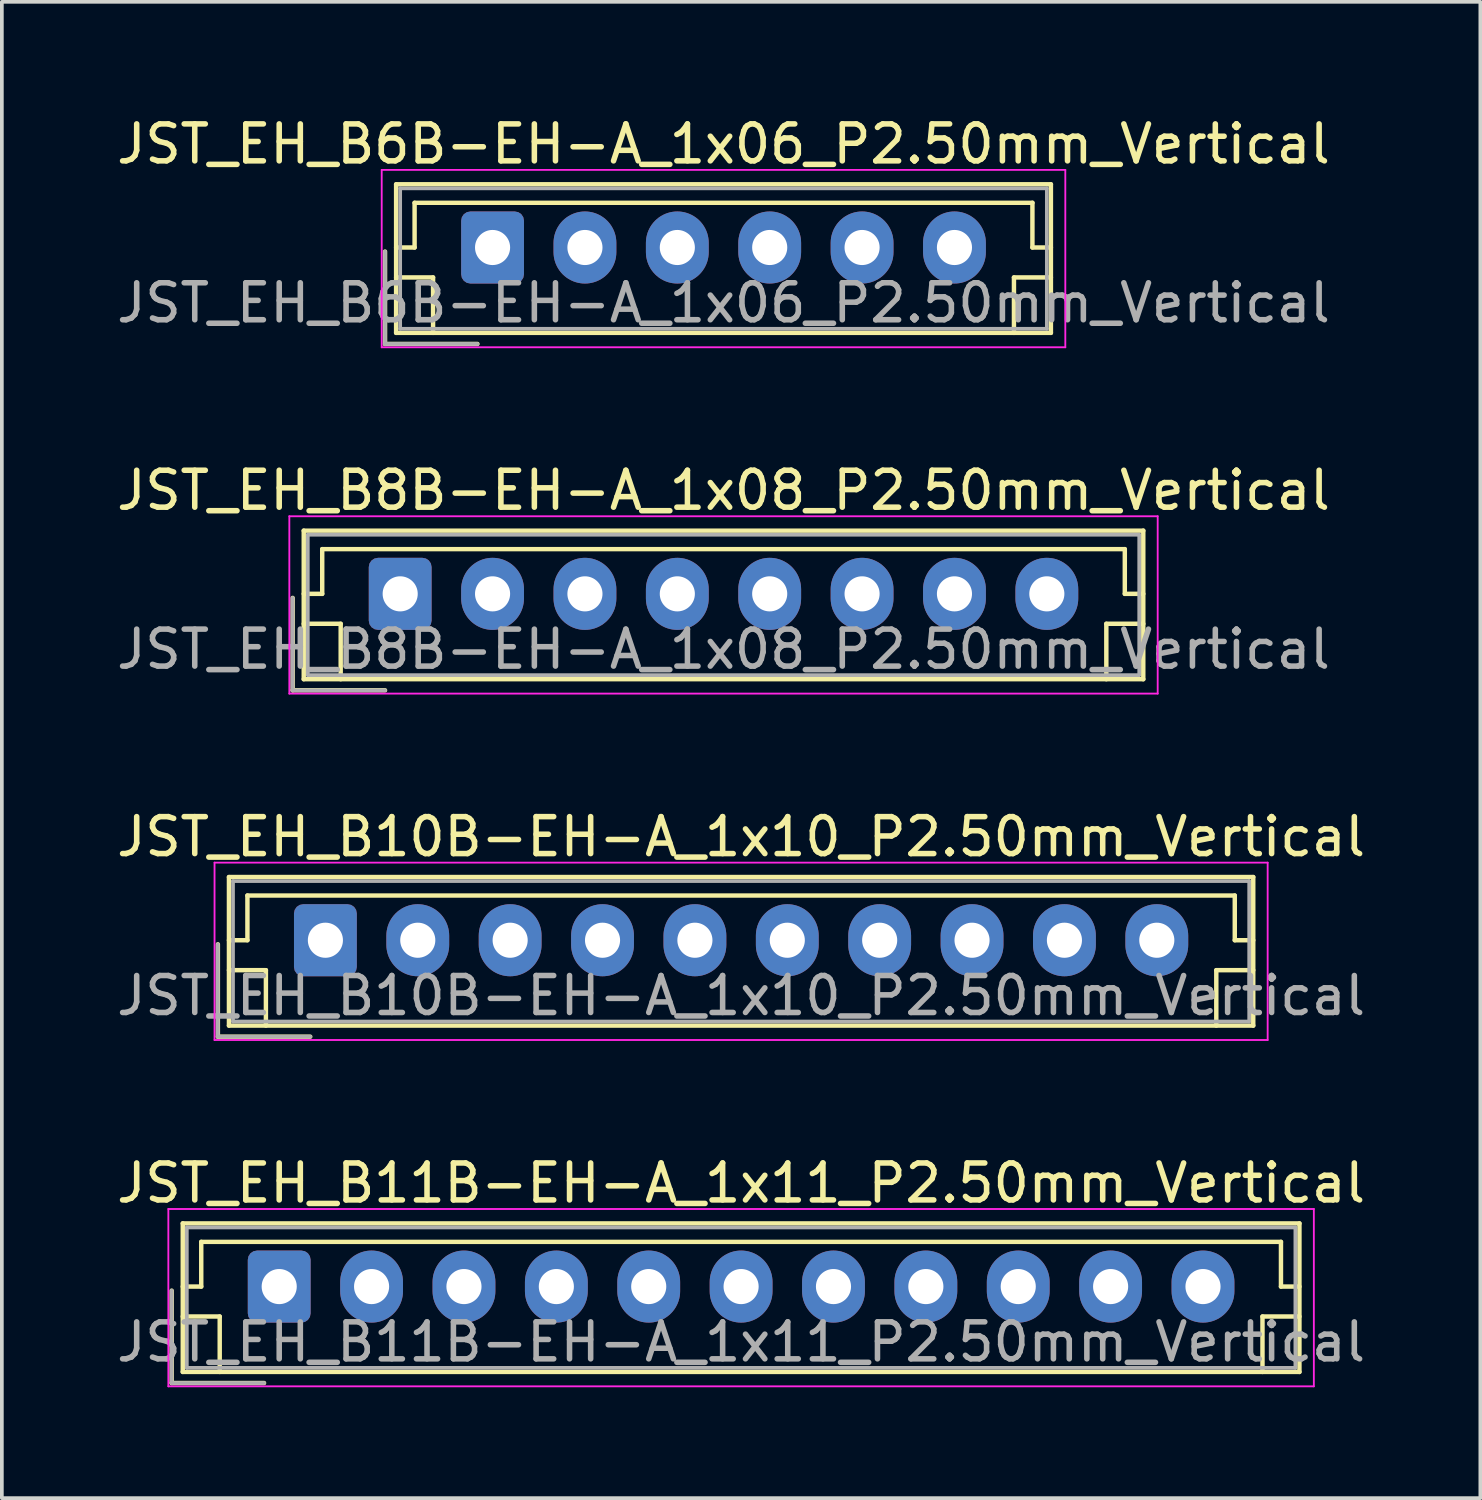
<source format=kicad_pcb>
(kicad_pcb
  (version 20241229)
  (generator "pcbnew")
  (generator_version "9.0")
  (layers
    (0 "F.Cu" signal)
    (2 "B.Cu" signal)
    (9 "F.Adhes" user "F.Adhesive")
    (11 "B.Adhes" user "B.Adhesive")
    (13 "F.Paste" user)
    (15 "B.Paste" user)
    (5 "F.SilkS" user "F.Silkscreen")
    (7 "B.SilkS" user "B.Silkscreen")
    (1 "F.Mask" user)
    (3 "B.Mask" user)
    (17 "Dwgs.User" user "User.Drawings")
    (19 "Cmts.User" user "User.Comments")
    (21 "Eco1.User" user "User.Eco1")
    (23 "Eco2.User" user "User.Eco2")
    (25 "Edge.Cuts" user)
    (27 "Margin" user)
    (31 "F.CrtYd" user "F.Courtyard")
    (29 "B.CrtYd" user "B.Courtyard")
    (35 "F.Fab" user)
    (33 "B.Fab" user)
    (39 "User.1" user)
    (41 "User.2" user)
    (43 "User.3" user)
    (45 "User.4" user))
  (footprint "JST_EH_B10B-EH-A_1x10_P2.50mm_Vertical"
    (layer "F.Cu")
    (at 5.756 22.395)
    (property "Reference" "JST_EH_B10B-EH-A_1x10_P2.50mm_Vertical" (at 11.25 -2.8 0) (layer "F.SilkS") (effects (font (size 1 1) (thickness 0.15))))
    (attr through_hole)
    (fp_line (start -2.91 0.11) (end -2.91 2.61) (stroke (width 0.12) (type solid)) (layer "F.SilkS"))
    (fp_line (start -2.91 2.61) (end -0.41 2.61) (stroke (width 0.12) (type solid)) (layer "F.SilkS"))
    (fp_line (start -2.61 -1.71) (end -2.61 2.31) (stroke (width 0.12) (type solid)) (layer "F.SilkS"))
    (fp_line (start -2.61 0) (end -2.11 0) (stroke (width 0.12) (type solid)) (layer "F.SilkS"))
    (fp_line (start -2.61 0.81) (end -1.61 0.81) (stroke (width 0.12) (type solid)) (layer "F.SilkS"))
    (fp_line (start -2.61 2.31) (end 25.11 2.31) (stroke (width 0.12) (type solid)) (layer "F.SilkS"))
    (fp_line (start -2.11 -1.21) (end 24.61 -1.21) (stroke (width 0.12) (type solid)) (layer "F.SilkS"))
    (fp_line (start -2.11 0) (end -2.11 -1.21) (stroke (width 0.12) (type solid)) (layer "F.SilkS"))
    (fp_line (start -1.61 0.81) (end -1.61 2.31) (stroke (width 0.12) (type solid)) (layer "F.SilkS"))
    (fp_line (start 24.11 0.81) (end 24.11 2.31) (stroke (width 0.12) (type solid)) (layer "F.SilkS"))
    (fp_line (start 24.61 -1.21) (end 24.61 0) (stroke (width 0.12) (type solid)) (layer "F.SilkS"))
    (fp_line (start 24.61 0) (end 25.11 0) (stroke (width 0.12) (type solid)) (layer "F.SilkS"))
    (fp_line (start 25.11 -1.71) (end -2.61 -1.71) (stroke (width 0.12) (type solid)) (layer "F.SilkS"))
    (fp_line (start 25.11 0.81) (end 24.11 0.81) (stroke (width 0.12) (type solid)) (layer "F.SilkS"))
    (fp_line (start 25.11 2.31) (end 25.11 -1.71) (stroke (width 0.12) (type solid)) (layer "F.SilkS"))
    (fp_line (start -3 -2.1) (end -3 2.7) (stroke (width 0.05) (type solid)) (layer "F.CrtYd"))
    (fp_line (start -3 2.7) (end 25.5 2.7) (stroke (width 0.05) (type solid)) (layer "F.CrtYd"))
    (fp_line (start 25.5 -2.1) (end -3 -2.1) (stroke (width 0.05) (type solid)) (layer "F.CrtYd"))
    (fp_line (start 25.5 2.7) (end 25.5 -2.1) (stroke (width 0.05) (type solid)) (layer "F.CrtYd"))
    (fp_line (start -2.91 0.11) (end -2.91 2.61) (stroke (width 0.1) (type solid)) (layer "F.Fab"))
    (fp_line (start -2.91 2.61) (end -0.41 2.61) (stroke (width 0.1) (type solid)) (layer "F.Fab"))
    (fp_line (start -2.5 -1.6) (end -2.5 2.2) (stroke (width 0.1) (type solid)) (layer "F.Fab"))
    (fp_line (start -2.5 2.2) (end 25 2.2) (stroke (width 0.1) (type solid)) (layer "F.Fab"))
    (fp_line (start 25 -1.6) (end -2.5 -1.6) (stroke (width 0.1) (type solid)) (layer "F.Fab"))
    (fp_line (start 25 2.2) (end 25 -1.6) (stroke (width 0.1) (type solid)) (layer "F.Fab"))
    (fp_text user "${REFERENCE}" (at 11.25 1.5 0) (layer "F.Fab") (effects (font (size 1 1) (thickness 0.15))))
    (pad "1" thru_hole roundrect (at 0 0) (size 1.7 1.95) (drill 0.95) (layers "*.Cu" "*.Mask") (roundrect_rratio 0.147))
    (pad "2" thru_hole oval (at 2.5 0) (size 1.7 1.95) (drill 0.95) (layers "*.Cu" "*.Mask"))
    (pad "3" thru_hole oval (at 5 0) (size 1.7 1.95) (drill 0.95) (layers "*.Cu" "*.Mask"))
    (pad "4" thru_hole oval (at 7.5 0) (size 1.7 1.95) (drill 0.95) (layers "*.Cu" "*.Mask"))
    (pad "5" thru_hole oval (at 10 0) (size 1.7 1.95) (drill 0.95) (layers "*.Cu" "*.Mask"))
    (pad "6" thru_hole oval (at 12.5 0) (size 1.7 1.95) (drill 0.95) (layers "*.Cu" "*.Mask"))
    (pad "7" thru_hole oval (at 15 0) (size 1.7 1.95) (drill 0.95) (layers "*.Cu" "*.Mask"))
    (pad "8" thru_hole oval (at 17.5 0) (size 1.7 1.95) (drill 0.95) (layers "*.Cu" "*.Mask"))
    (pad "9" thru_hole oval (at 20 0) (size 1.7 1.95) (drill 0.95) (layers "*.Cu" "*.Mask"))
    (pad "10" thru_hole oval (at 22.5 0) (size 1.7 1.95) (drill 0.95) (layers "*.Cu" "*.Mask")))
  (footprint "JST_EH_B6B-EH-A_1x06_P2.50mm_Vertical"
    (layer "F.Cu")
    (at 10.28 3.648)
    (property "Reference" "JST_EH_B6B-EH-A_1x06_P2.50mm_Vertical" (at 6.25 -2.8 0) (layer "F.SilkS") (effects (font (size 1 1) (thickness 0.15))))
    (attr through_hole)
    (fp_line (start -2.91 0.11) (end -2.91 2.61) (stroke (width 0.12) (type solid)) (layer "F.SilkS"))
    (fp_line (start -2.91 2.61) (end -0.41 2.61) (stroke (width 0.12) (type solid)) (layer "F.SilkS"))
    (fp_line (start -2.61 -1.71) (end -2.61 2.31) (stroke (width 0.12) (type solid)) (layer "F.SilkS"))
    (fp_line (start -2.61 0) (end -2.11 0) (stroke (width 0.12) (type solid)) (layer "F.SilkS"))
    (fp_line (start -2.61 0.81) (end -1.61 0.81) (stroke (width 0.12) (type solid)) (layer "F.SilkS"))
    (fp_line (start -2.61 2.31) (end 15.11 2.31) (stroke (width 0.12) (type solid)) (layer "F.SilkS"))
    (fp_line (start -2.11 -1.21) (end 14.61 -1.21) (stroke (width 0.12) (type solid)) (layer "F.SilkS"))
    (fp_line (start -2.11 0) (end -2.11 -1.21) (stroke (width 0.12) (type solid)) (layer "F.SilkS"))
    (fp_line (start -1.61 0.81) (end -1.61 2.31) (stroke (width 0.12) (type solid)) (layer "F.SilkS"))
    (fp_line (start 14.11 0.81) (end 14.11 2.31) (stroke (width 0.12) (type solid)) (layer "F.SilkS"))
    (fp_line (start 14.61 -1.21) (end 14.61 0) (stroke (width 0.12) (type solid)) (layer "F.SilkS"))
    (fp_line (start 14.61 0) (end 15.11 0) (stroke (width 0.12) (type solid)) (layer "F.SilkS"))
    (fp_line (start 15.11 -1.71) (end -2.61 -1.71) (stroke (width 0.12) (type solid)) (layer "F.SilkS"))
    (fp_line (start 15.11 0.81) (end 14.11 0.81) (stroke (width 0.12) (type solid)) (layer "F.SilkS"))
    (fp_line (start 15.11 2.31) (end 15.11 -1.71) (stroke (width 0.12) (type solid)) (layer "F.SilkS"))
    (fp_line (start -3 -2.1) (end -3 2.7) (stroke (width 0.05) (type solid)) (layer "F.CrtYd"))
    (fp_line (start -3 2.7) (end 15.5 2.7) (stroke (width 0.05) (type solid)) (layer "F.CrtYd"))
    (fp_line (start 15.5 -2.1) (end -3 -2.1) (stroke (width 0.05) (type solid)) (layer "F.CrtYd"))
    (fp_line (start 15.5 2.7) (end 15.5 -2.1) (stroke (width 0.05) (type solid)) (layer "F.CrtYd"))
    (fp_line (start -2.91 0.11) (end -2.91 2.61) (stroke (width 0.1) (type solid)) (layer "F.Fab"))
    (fp_line (start -2.91 2.61) (end -0.41 2.61) (stroke (width 0.1) (type solid)) (layer "F.Fab"))
    (fp_line (start -2.5 -1.6) (end -2.5 2.2) (stroke (width 0.1) (type solid)) (layer "F.Fab"))
    (fp_line (start -2.5 2.2) (end 15 2.2) (stroke (width 0.1) (type solid)) (layer "F.Fab"))
    (fp_line (start 15 -1.6) (end -2.5 -1.6) (stroke (width 0.1) (type solid)) (layer "F.Fab"))
    (fp_line (start 15 2.2) (end 15 -1.6) (stroke (width 0.1) (type solid)) (layer "F.Fab"))
    (fp_text user "${REFERENCE}" (at 6.25 1.5 0) (layer "F.Fab") (effects (font (size 1 1) (thickness 0.15))))
    (pad "1" thru_hole roundrect (at 0 0) (size 1.7 1.95) (drill 0.95) (layers "*.Cu" "*.Mask") (roundrect_rratio 0.147))
    (pad "2" thru_hole oval (at 2.5 0) (size 1.7 1.95) (drill 0.95) (layers "*.Cu" "*.Mask"))
    (pad "3" thru_hole oval (at 5 0) (size 1.7 1.95) (drill 0.95) (layers "*.Cu" "*.Mask"))
    (pad "4" thru_hole oval (at 7.5 0) (size 1.7 1.95) (drill 0.95) (layers "*.Cu" "*.Mask"))
    (pad "5" thru_hole oval (at 10 0) (size 1.7 1.95) (drill 0.95) (layers "*.Cu" "*.Mask"))
    (pad "6" thru_hole oval (at 12.5 0) (size 1.7 1.95) (drill 0.95) (layers "*.Cu" "*.Mask")))
  (footprint "JST_EH_B8B-EH-A_1x08_P2.50mm_Vertical"
    (layer "F.Cu")
    (at 7.78 13.021)
    (property "Reference" "JST_EH_B8B-EH-A_1x08_P2.50mm_Vertical" (at 8.75 -2.8 0) (layer "F.SilkS") (effects (font (size 1 1) (thickness 0.15))))
    (attr through_hole)
    (fp_line (start -2.91 0.11) (end -2.91 2.61) (stroke (width 0.12) (type solid)) (layer "F.SilkS"))
    (fp_line (start -2.91 2.61) (end -0.41 2.61) (stroke (width 0.12) (type solid)) (layer "F.SilkS"))
    (fp_line (start -2.61 -1.71) (end -2.61 2.31) (stroke (width 0.12) (type solid)) (layer "F.SilkS"))
    (fp_line (start -2.61 0) (end -2.11 0) (stroke (width 0.12) (type solid)) (layer "F.SilkS"))
    (fp_line (start -2.61 0.81) (end -1.61 0.81) (stroke (width 0.12) (type solid)) (layer "F.SilkS"))
    (fp_line (start -2.61 2.31) (end 20.11 2.31) (stroke (width 0.12) (type solid)) (layer "F.SilkS"))
    (fp_line (start -2.11 -1.21) (end 19.61 -1.21) (stroke (width 0.12) (type solid)) (layer "F.SilkS"))
    (fp_line (start -2.11 0) (end -2.11 -1.21) (stroke (width 0.12) (type solid)) (layer "F.SilkS"))
    (fp_line (start -1.61 0.81) (end -1.61 2.31) (stroke (width 0.12) (type solid)) (layer "F.SilkS"))
    (fp_line (start 19.11 0.81) (end 19.11 2.31) (stroke (width 0.12) (type solid)) (layer "F.SilkS"))
    (fp_line (start 19.61 -1.21) (end 19.61 0) (stroke (width 0.12) (type solid)) (layer "F.SilkS"))
    (fp_line (start 19.61 0) (end 20.11 0) (stroke (width 0.12) (type solid)) (layer "F.SilkS"))
    (fp_line (start 20.11 -1.71) (end -2.61 -1.71) (stroke (width 0.12) (type solid)) (layer "F.SilkS"))
    (fp_line (start 20.11 0.81) (end 19.11 0.81) (stroke (width 0.12) (type solid)) (layer "F.SilkS"))
    (fp_line (start 20.11 2.31) (end 20.11 -1.71) (stroke (width 0.12) (type solid)) (layer "F.SilkS"))
    (fp_line (start -3 -2.1) (end -3 2.7) (stroke (width 0.05) (type solid)) (layer "F.CrtYd"))
    (fp_line (start -3 2.7) (end 20.5 2.7) (stroke (width 0.05) (type solid)) (layer "F.CrtYd"))
    (fp_line (start 20.5 -2.1) (end -3 -2.1) (stroke (width 0.05) (type solid)) (layer "F.CrtYd"))
    (fp_line (start 20.5 2.7) (end 20.5 -2.1) (stroke (width 0.05) (type solid)) (layer "F.CrtYd"))
    (fp_line (start -2.91 0.11) (end -2.91 2.61) (stroke (width 0.1) (type solid)) (layer "F.Fab"))
    (fp_line (start -2.91 2.61) (end -0.41 2.61) (stroke (width 0.1) (type solid)) (layer "F.Fab"))
    (fp_line (start -2.5 -1.6) (end -2.5 2.2) (stroke (width 0.1) (type solid)) (layer "F.Fab"))
    (fp_line (start -2.5 2.2) (end 20 2.2) (stroke (width 0.1) (type solid)) (layer "F.Fab"))
    (fp_line (start 20 -1.6) (end -2.5 -1.6) (stroke (width 0.1) (type solid)) (layer "F.Fab"))
    (fp_line (start 20 2.2) (end 20 -1.6) (stroke (width 0.1) (type solid)) (layer "F.Fab"))
    (fp_text user "${REFERENCE}" (at 8.75 1.5 0) (layer "F.Fab") (effects (font (size 1 1) (thickness 0.15))))
    (pad "1" thru_hole roundrect (at 0 0) (size 1.7 1.95) (drill 0.95) (layers "*.Cu" "*.Mask") (roundrect_rratio 0.147))
    (pad "2" thru_hole oval (at 2.5 0) (size 1.7 1.95) (drill 0.95) (layers "*.Cu" "*.Mask"))
    (pad "3" thru_hole oval (at 5 0) (size 1.7 1.95) (drill 0.95) (layers "*.Cu" "*.Mask"))
    (pad "4" thru_hole oval (at 7.5 0) (size 1.7 1.95) (drill 0.95) (layers "*.Cu" "*.Mask"))
    (pad "5" thru_hole oval (at 10 0) (size 1.7 1.95) (drill 0.95) (layers "*.Cu" "*.Mask"))
    (pad "6" thru_hole oval (at 12.5 0) (size 1.7 1.95) (drill 0.95) (layers "*.Cu" "*.Mask"))
    (pad "7" thru_hole oval (at 15 0) (size 1.7 1.95) (drill 0.95) (layers "*.Cu" "*.Mask"))
    (pad "8" thru_hole oval (at 17.5 0) (size 1.7 1.95) (drill 0.95) (layers "*.Cu" "*.Mask")))
  (footprint "JST_EH_B11B-EH-A_1x11_P2.50mm_Vertical"
    (layer "F.Cu")
    (at 4.506 31.768)
    (property "Reference" "JST_EH_B11B-EH-A_1x11_P2.50mm_Vertical" (at 12.5 -2.8 0) (layer "F.SilkS") (effects (font (size 1 1) (thickness 0.15))))
    (attr through_hole)
    (fp_line (start -2.91 0.11) (end -2.91 2.61) (stroke (width 0.12) (type solid)) (layer "F.SilkS"))
    (fp_line (start -2.91 2.61) (end -0.41 2.61) (stroke (width 0.12) (type solid)) (layer "F.SilkS"))
    (fp_line (start -2.61 -1.71) (end -2.61 2.31) (stroke (width 0.12) (type solid)) (layer "F.SilkS"))
    (fp_line (start -2.61 0) (end -2.11 0) (stroke (width 0.12) (type solid)) (layer "F.SilkS"))
    (fp_line (start -2.61 0.81) (end -1.61 0.81) (stroke (width 0.12) (type solid)) (layer "F.SilkS"))
    (fp_line (start -2.61 2.31) (end 27.61 2.31) (stroke (width 0.12) (type solid)) (layer "F.SilkS"))
    (fp_line (start -2.11 -1.21) (end 27.11 -1.21) (stroke (width 0.12) (type solid)) (layer "F.SilkS"))
    (fp_line (start -2.11 0) (end -2.11 -1.21) (stroke (width 0.12) (type solid)) (layer "F.SilkS"))
    (fp_line (start -1.61 0.81) (end -1.61 2.31) (stroke (width 0.12) (type solid)) (layer "F.SilkS"))
    (fp_line (start 26.61 0.81) (end 26.61 2.31) (stroke (width 0.12) (type solid)) (layer "F.SilkS"))
    (fp_line (start 27.11 -1.21) (end 27.11 0) (stroke (width 0.12) (type solid)) (layer "F.SilkS"))
    (fp_line (start 27.11 0) (end 27.61 0) (stroke (width 0.12) (type solid)) (layer "F.SilkS"))
    (fp_line (start 27.61 -1.71) (end -2.61 -1.71) (stroke (width 0.12) (type solid)) (layer "F.SilkS"))
    (fp_line (start 27.61 0.81) (end 26.61 0.81) (stroke (width 0.12) (type solid)) (layer "F.SilkS"))
    (fp_line (start 27.61 2.31) (end 27.61 -1.71) (stroke (width 0.12) (type solid)) (layer "F.SilkS"))
    (fp_line (start -3 -2.1) (end -3 2.7) (stroke (width 0.05) (type solid)) (layer "F.CrtYd"))
    (fp_line (start -3 2.7) (end 28 2.7) (stroke (width 0.05) (type solid)) (layer "F.CrtYd"))
    (fp_line (start 28 -2.1) (end -3 -2.1) (stroke (width 0.05) (type solid)) (layer "F.CrtYd"))
    (fp_line (start 28 2.7) (end 28 -2.1) (stroke (width 0.05) (type solid)) (layer "F.CrtYd"))
    (fp_line (start -2.91 0.11) (end -2.91 2.61) (stroke (width 0.1) (type solid)) (layer "F.Fab"))
    (fp_line (start -2.91 2.61) (end -0.41 2.61) (stroke (width 0.1) (type solid)) (layer "F.Fab"))
    (fp_line (start -2.5 -1.6) (end -2.5 2.2) (stroke (width 0.1) (type solid)) (layer "F.Fab"))
    (fp_line (start -2.5 2.2) (end 27.5 2.2) (stroke (width 0.1) (type solid)) (layer "F.Fab"))
    (fp_line (start 27.5 -1.6) (end -2.5 -1.6) (stroke (width 0.1) (type solid)) (layer "F.Fab"))
    (fp_line (start 27.5 2.2) (end 27.5 -1.6) (stroke (width 0.1) (type solid)) (layer "F.Fab"))
    (fp_text user "${REFERENCE}" (at 12.5 1.5 0) (layer "F.Fab") (effects (font (size 1 1) (thickness 0.15))))
    (pad "1" thru_hole roundrect (at 0 0) (size 1.7 1.95) (drill 0.95) (layers "*.Cu" "*.Mask") (roundrect_rratio 0.147))
    (pad "2" thru_hole oval (at 2.5 0) (size 1.7 1.95) (drill 0.95) (layers "*.Cu" "*.Mask"))
    (pad "3" thru_hole oval (at 5 0) (size 1.7 1.95) (drill 0.95) (layers "*.Cu" "*.Mask"))
    (pad "4" thru_hole oval (at 7.5 0) (size 1.7 1.95) (drill 0.95) (layers "*.Cu" "*.Mask"))
    (pad "5" thru_hole oval (at 10 0) (size 1.7 1.95) (drill 0.95) (layers "*.Cu" "*.Mask"))
    (pad "6" thru_hole oval (at 12.5 0) (size 1.7 1.95) (drill 0.95) (layers "*.Cu" "*.Mask"))
    (pad "7" thru_hole oval (at 15 0) (size 1.7 1.95) (drill 0.95) (layers "*.Cu" "*.Mask"))
    (pad "8" thru_hole oval (at 17.5 0) (size 1.7 1.95) (drill 0.95) (layers "*.Cu" "*.Mask"))
    (pad "9" thru_hole oval (at 20 0) (size 1.7 1.95) (drill 0.95) (layers "*.Cu" "*.Mask"))
    (pad "10" thru_hole oval (at 22.5 0) (size 1.7 1.95) (drill 0.95) (layers "*.Cu" "*.Mask"))
    (pad "11" thru_hole oval (at 25 0) (size 1.7 1.95) (drill 0.95) (layers "*.Cu" "*.Mask")))
  (gr_rect
    (start -3 -3)
    (end 37.012 37.493)
    (stroke (width 0.1) (type default))
    (fill no)
    (layer "Edge.Cuts")))
</source>
